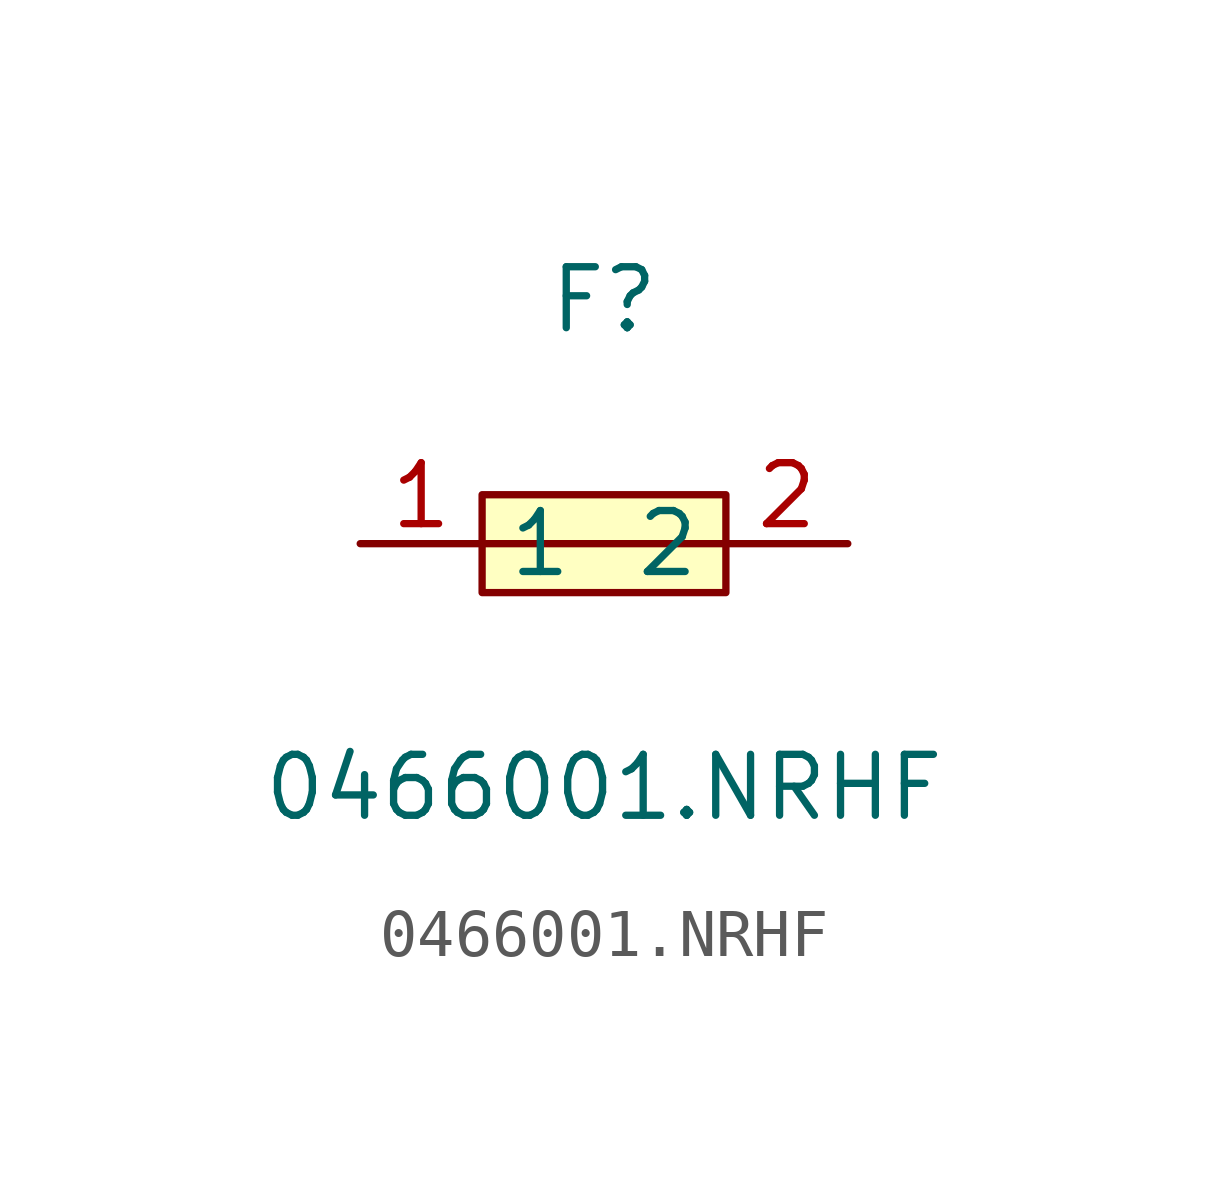
<source format=kicad_sym>
(kicad_symbol_lib
  (version 20211014)
  (generator https://github.com/uPesy/easyeda2kicad.py)
  (symbol "0466001.NRHF"
    (property "Reference" "F"
      (at 0 5.08 0)
      (effects (font (size 1.27 1.27))))
    (property "Value" "0466001.NRHF"
      (at 0 -5.08 0)
      (effects (font (size 1.27 1.27))))
    (symbol "0466001.NRHF_0_1"
      (rectangle (start -2.54 1.02) (end 2.54 -1.02) (stroke (width 0) (type default) (color 0 0 0 0)) (fill (type background)))
      (polyline (pts (xy -2.54 -0.00) (xy 2.54 -0.00)) (stroke (width 0) (type default) (color 0 0 0 0)) (fill (type none)))
      (pin unspecified line (at 5.08 -0.00 180) (length 2.54) (name "2" (effects (font (size 1.27 1.27)))) (number "2" (effects (font (size 1.27 1.27)))))
      (pin unspecified line (at -5.08 -0.00 0) (length 2.54) (name "1" (effects (font (size 1.27 1.27)))) (number "1" (effects (font (size 1.27 1.27))))))))
</source>
